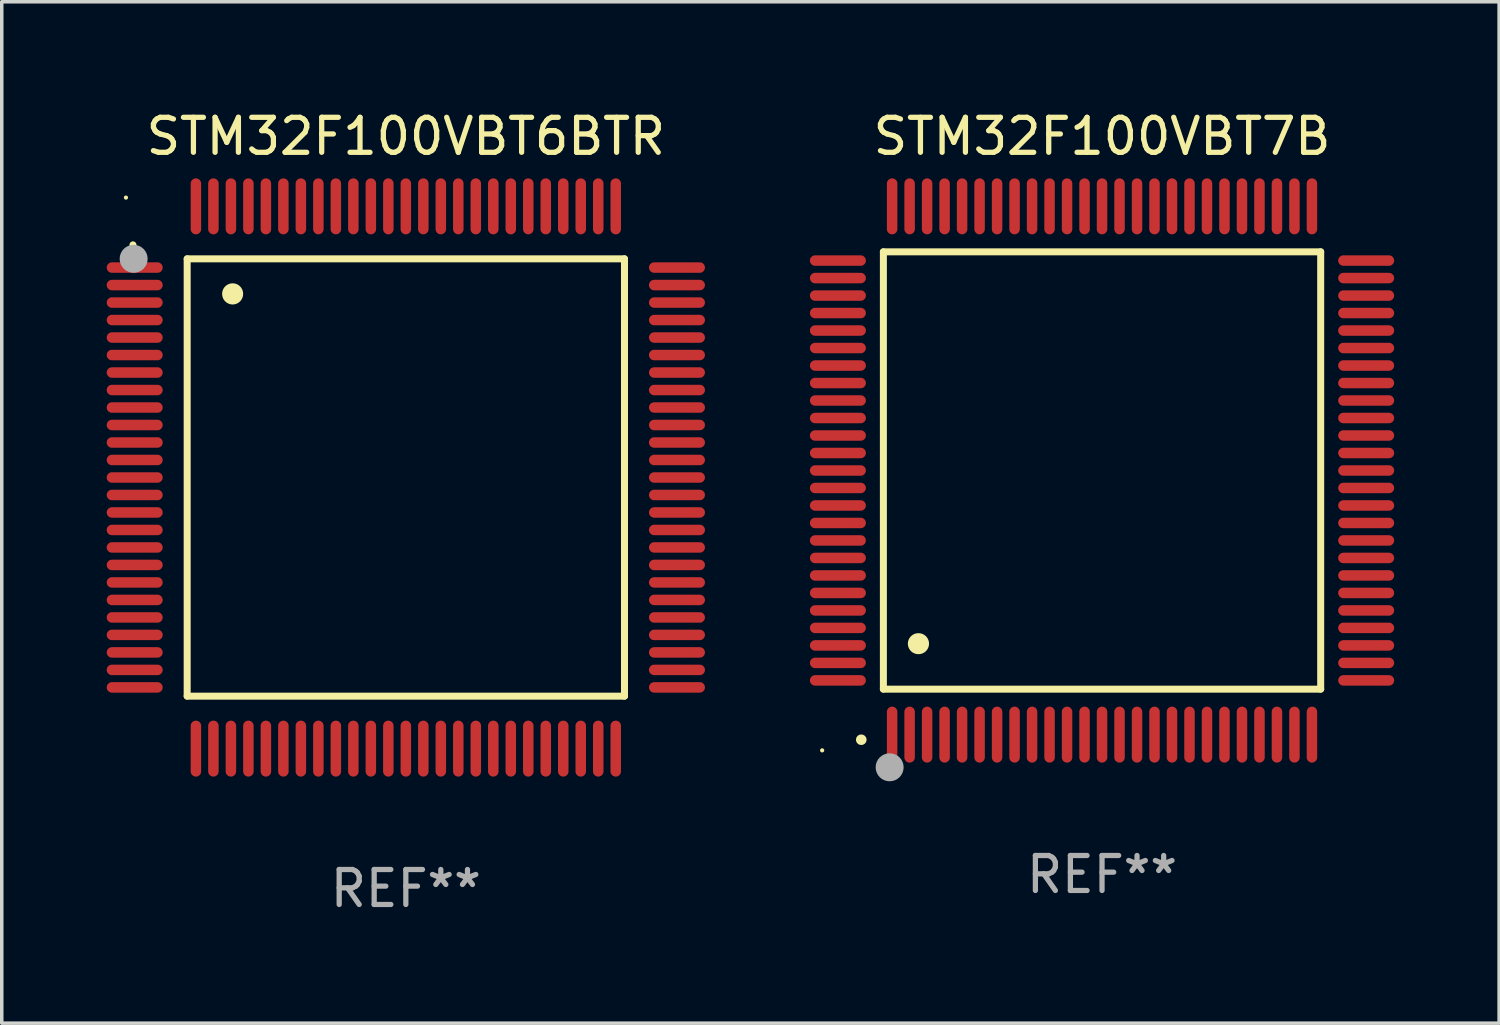
<source format=kicad_pcb>
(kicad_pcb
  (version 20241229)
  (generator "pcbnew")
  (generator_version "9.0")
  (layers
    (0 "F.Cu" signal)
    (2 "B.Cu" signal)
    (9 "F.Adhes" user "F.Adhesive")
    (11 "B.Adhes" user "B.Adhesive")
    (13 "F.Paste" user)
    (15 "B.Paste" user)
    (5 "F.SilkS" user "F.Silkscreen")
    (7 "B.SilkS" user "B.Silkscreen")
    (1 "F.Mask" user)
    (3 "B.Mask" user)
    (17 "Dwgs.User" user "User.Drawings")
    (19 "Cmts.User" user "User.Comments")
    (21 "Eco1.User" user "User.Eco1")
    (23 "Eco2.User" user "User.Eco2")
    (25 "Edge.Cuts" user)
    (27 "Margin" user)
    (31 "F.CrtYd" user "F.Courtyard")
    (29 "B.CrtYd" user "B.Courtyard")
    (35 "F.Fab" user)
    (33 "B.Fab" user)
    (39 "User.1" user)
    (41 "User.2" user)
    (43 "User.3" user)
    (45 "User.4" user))
  (footprint "STM32F100VBT7B"
    (layer "F.Cu")
    (at 28.45 10.398)
    (property "Reference" "STM32F100VBT7B" (at 0 -9.55 0) (layer "F.SilkS") (effects (font (size 1 1) (thickness 0.15))))
    (attr through_hole)
    (fp_line (start -6.25 -6.25) (end -6.25 6.25) (stroke (width 0.2) (type solid)) (layer "F.SilkS"))
    (fp_line (start -6.25 6.25) (end 6.25 6.25) (stroke (width 0.2) (type solid)) (layer "F.SilkS"))
    (fp_line (start 6.25 -6.25) (end -6.25 -6.25) (stroke (width 0.2) (type solid)) (layer "F.SilkS"))
    (fp_line (start 6.25 6.25) (end 6.25 -6.25) (stroke (width 0.2) (type solid)) (layer "F.SilkS"))
    (fp_arc (start -6.883414 7.696215) (mid -6.882144 7.69621) (end -6.880874 7.696215) (stroke (width 0.3) (type solid)) (layer "F.SilkS"))
    (fp_arc (start -5.250191 4.95047) (mid -5.247651 4.950459) (end -5.245111 4.95047) (stroke (width 0.6) (type solid)) (layer "F.SilkS"))
    (fp_circle (center -8 8) (end -7.97 8) (stroke (width 0.06) (type solid)) (fill no) (layer "F.SilkS"))
    (fp_circle (center -6.071 8.484) (end -5.871 8.484) (stroke (width 0.4) (type solid)) (fill no) (layer "F.Fab"))
    (fp_text user "REF**" (at 0 11.55 0) (layer "F.Fab") (effects (font (size 1 1) (thickness 0.15))))
    (pad "1" smd oval (at -6 7.55) (size 0.3 1.6) (layers "F.Cu" "F.Mask" "F.Paste"))
    (pad "2" smd oval (at -5.5 7.55) (size 0.3 1.6) (layers "F.Cu" "F.Mask" "F.Paste"))
    (pad "3" smd oval (at -5 7.55) (size 0.3 1.6) (layers "F.Cu" "F.Mask" "F.Paste"))
    (pad "4" smd oval (at -4.5 7.55) (size 0.3 1.6) (layers "F.Cu" "F.Mask" "F.Paste"))
    (pad "5" smd oval (at -4 7.55) (size 0.3 1.6) (layers "F.Cu" "F.Mask" "F.Paste"))
    (pad "6" smd oval (at -3.5 7.55) (size 0.3 1.6) (layers "F.Cu" "F.Mask" "F.Paste"))
    (pad "7" smd oval (at -3 7.55) (size 0.3 1.6) (layers "F.Cu" "F.Mask" "F.Paste"))
    (pad "8" smd oval (at -2.5 7.55) (size 0.3 1.6) (layers "F.Cu" "F.Mask" "F.Paste"))
    (pad "9" smd oval (at -2 7.55) (size 0.3 1.6) (layers "F.Cu" "F.Mask" "F.Paste"))
    (pad "10" smd oval (at -1.5 7.55) (size 0.3 1.6) (layers "F.Cu" "F.Mask" "F.Paste"))
    (pad "11" smd oval (at -1 7.55) (size 0.3 1.6) (layers "F.Cu" "F.Mask" "F.Paste"))
    (pad "12" smd oval (at -0.5 7.55) (size 0.3 1.6) (layers "F.Cu" "F.Mask" "F.Paste"))
    (pad "13" smd oval (at 0 7.55) (size 0.3 1.6) (layers "F.Cu" "F.Mask" "F.Paste"))
    (pad "14" smd oval (at 0.5 7.55) (size 0.3 1.6) (layers "F.Cu" "F.Mask" "F.Paste"))
    (pad "15" smd oval (at 1 7.55) (size 0.3 1.6) (layers "F.Cu" "F.Mask" "F.Paste"))
    (pad "16" smd oval (at 1.5 7.55) (size 0.3 1.6) (layers "F.Cu" "F.Mask" "F.Paste"))
    (pad "17" smd oval (at 2 7.55) (size 0.3 1.6) (layers "F.Cu" "F.Mask" "F.Paste"))
    (pad "18" smd oval (at 2.5 7.55) (size 0.3 1.6) (layers "F.Cu" "F.Mask" "F.Paste"))
    (pad "19" smd oval (at 3 7.55) (size 0.3 1.6) (layers "F.Cu" "F.Mask" "F.Paste"))
    (pad "20" smd oval (at 3.5 7.55) (size 0.3 1.6) (layers "F.Cu" "F.Mask" "F.Paste"))
    (pad "21" smd oval (at 4 7.55) (size 0.3 1.6) (layers "F.Cu" "F.Mask" "F.Paste"))
    (pad "22" smd oval (at 4.5 7.55) (size 0.3 1.6) (layers "F.Cu" "F.Mask" "F.Paste"))
    (pad "23" smd oval (at 5 7.55) (size 0.3 1.6) (layers "F.Cu" "F.Mask" "F.Paste"))
    (pad "24" smd oval (at 5.5 7.55) (size 0.3 1.6) (layers "F.Cu" "F.Mask" "F.Paste"))
    (pad "25" smd oval (at 6 7.55) (size 0.3 1.6) (layers "F.Cu" "F.Mask" "F.Paste"))
    (pad "26" smd oval (at 7.55 6) (size 1.6 0.3) (layers "F.Cu" "F.Mask" "F.Paste"))
    (pad "27" smd oval (at 7.55 5.5) (size 1.6 0.3) (layers "F.Cu" "F.Mask" "F.Paste"))
    (pad "28" smd oval (at 7.55 5) (size 1.6 0.3) (layers "F.Cu" "F.Mask" "F.Paste"))
    (pad "29" smd oval (at 7.55 4.5) (size 1.6 0.3) (layers "F.Cu" "F.Mask" "F.Paste"))
    (pad "30" smd oval (at 7.55 4) (size 1.6 0.3) (layers "F.Cu" "F.Mask" "F.Paste"))
    (pad "31" smd oval (at 7.55 3.5) (size 1.6 0.3) (layers "F.Cu" "F.Mask" "F.Paste"))
    (pad "32" smd oval (at 7.55 3) (size 1.6 0.3) (layers "F.Cu" "F.Mask" "F.Paste"))
    (pad "33" smd oval (at 7.55 2.5) (size 1.6 0.3) (layers "F.Cu" "F.Mask" "F.Paste"))
    (pad "34" smd oval (at 7.55 2) (size 1.6 0.3) (layers "F.Cu" "F.Mask" "F.Paste"))
    (pad "35" smd oval (at 7.55 1.5) (size 1.6 0.3) (layers "F.Cu" "F.Mask" "F.Paste"))
    (pad "36" smd oval (at 7.55 1) (size 1.6 0.3) (layers "F.Cu" "F.Mask" "F.Paste"))
    (pad "37" smd oval (at 7.55 0.5) (size 1.6 0.3) (layers "F.Cu" "F.Mask" "F.Paste"))
    (pad "38" smd oval (at 7.55 0) (size 1.6 0.3) (layers "F.Cu" "F.Mask" "F.Paste"))
    (pad "39" smd oval (at 7.55 -0.5) (size 1.6 0.3) (layers "F.Cu" "F.Mask" "F.Paste"))
    (pad "40" smd oval (at 7.55 -1) (size 1.6 0.3) (layers "F.Cu" "F.Mask" "F.Paste"))
    (pad "41" smd oval (at 7.55 -1.5) (size 1.6 0.3) (layers "F.Cu" "F.Mask" "F.Paste"))
    (pad "42" smd oval (at 7.55 -2) (size 1.6 0.3) (layers "F.Cu" "F.Mask" "F.Paste"))
    (pad "43" smd oval (at 7.55 -2.5) (size 1.6 0.3) (layers "F.Cu" "F.Mask" "F.Paste"))
    (pad "44" smd oval (at 7.55 -3) (size 1.6 0.3) (layers "F.Cu" "F.Mask" "F.Paste"))
    (pad "45" smd oval (at 7.55 -3.5) (size 1.6 0.3) (layers "F.Cu" "F.Mask" "F.Paste"))
    (pad "46" smd oval (at 7.55 -4) (size 1.6 0.3) (layers "F.Cu" "F.Mask" "F.Paste"))
    (pad "47" smd oval (at 7.55 -4.5) (size 1.6 0.3) (layers "F.Cu" "F.Mask" "F.Paste"))
    (pad "48" smd oval (at 7.55 -5) (size 1.6 0.3) (layers "F.Cu" "F.Mask" "F.Paste"))
    (pad "49" smd oval (at 7.55 -5.5) (size 1.6 0.3) (layers "F.Cu" "F.Mask" "F.Paste"))
    (pad "50" smd oval (at 7.55 -6) (size 1.6 0.3) (layers "F.Cu" "F.Mask" "F.Paste"))
    (pad "51" smd oval (at 6 -7.55) (size 0.3 1.6) (layers "F.Cu" "F.Mask" "F.Paste"))
    (pad "52" smd oval (at 5.5 -7.55) (size 0.3 1.6) (layers "F.Cu" "F.Mask" "F.Paste"))
    (pad "53" smd oval (at 5 -7.55) (size 0.3 1.6) (layers "F.Cu" "F.Mask" "F.Paste"))
    (pad "54" smd oval (at 4.5 -7.55) (size 0.3 1.6) (layers "F.Cu" "F.Mask" "F.Paste"))
    (pad "55" smd oval (at 4 -7.55) (size 0.3 1.6) (layers "F.Cu" "F.Mask" "F.Paste"))
    (pad "56" smd oval (at 3.5 -7.55) (size 0.3 1.6) (layers "F.Cu" "F.Mask" "F.Paste"))
    (pad "57" smd oval (at 3 -7.55) (size 0.3 1.6) (layers "F.Cu" "F.Mask" "F.Paste"))
    (pad "58" smd oval (at 2.5 -7.55) (size 0.3 1.6) (layers "F.Cu" "F.Mask" "F.Paste"))
    (pad "59" smd oval (at 2 -7.55) (size 0.3 1.6) (layers "F.Cu" "F.Mask" "F.Paste"))
    (pad "60" smd oval (at 1.5 -7.55) (size 0.3 1.6) (layers "F.Cu" "F.Mask" "F.Paste"))
    (pad "61" smd oval (at 1 -7.55) (size 0.3 1.6) (layers "F.Cu" "F.Mask" "F.Paste"))
    (pad "62" smd oval (at 0.5 -7.55) (size 0.3 1.6) (layers "F.Cu" "F.Mask" "F.Paste"))
    (pad "63" smd oval (at 0 -7.55) (size 0.3 1.6) (layers "F.Cu" "F.Mask" "F.Paste"))
    (pad "64" smd oval (at -0.5 -7.55) (size 0.3 1.6) (layers "F.Cu" "F.Mask" "F.Paste"))
    (pad "65" smd oval (at -1 -7.55) (size 0.3 1.6) (layers "F.Cu" "F.Mask" "F.Paste"))
    (pad "66" smd oval (at -1.5 -7.55) (size 0.3 1.6) (layers "F.Cu" "F.Mask" "F.Paste"))
    (pad "67" smd oval (at -2 -7.55) (size 0.3 1.6) (layers "F.Cu" "F.Mask" "F.Paste"))
    (pad "68" smd oval (at -2.5 -7.55) (size 0.3 1.6) (layers "F.Cu" "F.Mask" "F.Paste"))
    (pad "69" smd oval (at -3 -7.55) (size 0.3 1.6) (layers "F.Cu" "F.Mask" "F.Paste"))
    (pad "70" smd oval (at -3.5 -7.55) (size 0.3 1.6) (layers "F.Cu" "F.Mask" "F.Paste"))
    (pad "71" smd oval (at -4 -7.55) (size 0.3 1.6) (layers "F.Cu" "F.Mask" "F.Paste"))
    (pad "72" smd oval (at -4.5 -7.55) (size 0.3 1.6) (layers "F.Cu" "F.Mask" "F.Paste"))
    (pad "73" smd oval (at -5 -7.55) (size 0.3 1.6) (layers "F.Cu" "F.Mask" "F.Paste"))
    (pad "74" smd oval (at -5.5 -7.55) (size 0.3 1.6) (layers "F.Cu" "F.Mask" "F.Paste"))
    (pad "75" smd oval (at -6 -7.55) (size 0.3 1.6) (layers "F.Cu" "F.Mask" "F.Paste"))
    (pad "76" smd oval (at -7.55 -6) (size 1.6 0.3) (layers "F.Cu" "F.Mask" "F.Paste"))
    (pad "77" smd oval (at -7.55 -5.5) (size 1.6 0.3) (layers "F.Cu" "F.Mask" "F.Paste"))
    (pad "78" smd oval (at -7.55 -5) (size 1.6 0.3) (layers "F.Cu" "F.Mask" "F.Paste"))
    (pad "79" smd oval (at -7.55 -4.5) (size 1.6 0.3) (layers "F.Cu" "F.Mask" "F.Paste"))
    (pad "80" smd oval (at -7.55 -4) (size 1.6 0.3) (layers "F.Cu" "F.Mask" "F.Paste"))
    (pad "81" smd oval (at -7.55 -3.5) (size 1.6 0.3) (layers "F.Cu" "F.Mask" "F.Paste"))
    (pad "82" smd oval (at -7.55 -3) (size 1.6 0.3) (layers "F.Cu" "F.Mask" "F.Paste"))
    (pad "83" smd oval (at -7.55 -2.5) (size 1.6 0.3) (layers "F.Cu" "F.Mask" "F.Paste"))
    (pad "84" smd oval (at -7.55 -2) (size 1.6 0.3) (layers "F.Cu" "F.Mask" "F.Paste"))
    (pad "85" smd oval (at -7.55 -1.5) (size 1.6 0.3) (layers "F.Cu" "F.Mask" "F.Paste"))
    (pad "86" smd oval (at -7.55 -1) (size 1.6 0.3) (layers "F.Cu" "F.Mask" "F.Paste"))
    (pad "87" smd oval (at -7.55 -0.5) (size 1.6 0.3) (layers "F.Cu" "F.Mask" "F.Paste"))
    (pad "88" smd oval (at -7.55 0) (size 1.6 0.3) (layers "F.Cu" "F.Mask" "F.Paste"))
    (pad "89" smd oval (at -7.55 0.5) (size 1.6 0.3) (layers "F.Cu" "F.Mask" "F.Paste"))
    (pad "90" smd oval (at -7.55 1) (size 1.6 0.3) (layers "F.Cu" "F.Mask" "F.Paste"))
    (pad "91" smd oval (at -7.55 1.5) (size 1.6 0.3) (layers "F.Cu" "F.Mask" "F.Paste"))
    (pad "92" smd oval (at -7.55 2) (size 1.6 0.3) (layers "F.Cu" "F.Mask" "F.Paste"))
    (pad "93" smd oval (at -7.55 2.5) (size 1.6 0.3) (layers "F.Cu" "F.Mask" "F.Paste"))
    (pad "94" smd oval (at -7.55 3) (size 1.6 0.3) (layers "F.Cu" "F.Mask" "F.Paste"))
    (pad "95" smd oval (at -7.55 3.5) (size 1.6 0.3) (layers "F.Cu" "F.Mask" "F.Paste"))
    (pad "96" smd oval (at -7.55 4) (size 1.6 0.3) (layers "F.Cu" "F.Mask" "F.Paste"))
    (pad "97" smd oval (at -7.55 4.5) (size 1.6 0.3) (layers "F.Cu" "F.Mask" "F.Paste"))
    (pad "98" smd oval (at -7.55 5) (size 1.6 0.3) (layers "F.Cu" "F.Mask" "F.Paste"))
    (pad "99" smd oval (at -7.55 5.5) (size 1.6 0.3) (layers "F.Cu" "F.Mask" "F.Paste"))
    (pad "100" smd oval (at -7.55 6) (size 1.6 0.3) (layers "F.Cu" "F.Mask" "F.Paste")))
  (footprint "STM32F100VBT6BTR"
    (layer "F.Cu")
    (at 8.55 10.598)
    (property "Reference" "STM32F100VBT6BTR" (at 0 -9.75 0) (layer "F.SilkS") (effects (font (size 1 1) (thickness 0.15))))
    (attr through_hole)
    (fp_line (start -6.25 -6.25) (end -6.25 6.25) (stroke (width 0.2) (type solid)) (layer "F.SilkS"))
    (fp_line (start -6.25 6.25) (end 6.25 6.25) (stroke (width 0.2) (type solid)) (layer "F.SilkS"))
    (fp_line (start 6.25 -6.25) (end -6.25 -6.25) (stroke (width 0.2) (type solid)) (layer "F.SilkS"))
    (fp_line (start 6.25 6.25) (end 6.25 -6.25) (stroke (width 0.2) (type solid)) (layer "F.SilkS"))
    (fp_arc (start -7.799568 -6.647625) (mid -7.799571 -6.648463) (end -7.799568 -6.649301) (stroke (width 0.2) (type solid)) (layer "F.SilkS"))
    (fp_arc (start -4.95047 -5.245111) (mid -4.950481 -5.247651) (end -4.95047 -5.250191) (stroke (width 0.6) (type solid)) (layer "F.SilkS"))
    (fp_circle (center -8 -8) (end -7.97 -8) (stroke (width 0.06) (type solid)) (fill no) (layer "F.SilkS"))
    (fp_circle (center -7.78 -6.25) (end -7.58 -6.25) (stroke (width 0.4) (type solid)) (fill no) (layer "F.Fab"))
    (fp_text user "REF**" (at 0 11.75 0) (layer "F.Fab") (effects (font (size 1 1) (thickness 0.15))))
    (pad "1" smd oval (at -7.75 -6 90) (size 0.3 1.6) (layers "F.Cu" "F.Mask" "F.Paste"))
    (pad "2" smd oval (at -7.75 -5.5 90) (size 0.3 1.6) (layers "F.Cu" "F.Mask" "F.Paste"))
    (pad "3" smd oval (at -7.75 -5 90) (size 0.3 1.6) (layers "F.Cu" "F.Mask" "F.Paste"))
    (pad "4" smd oval (at -7.75 -4.5 90) (size 0.3 1.6) (layers "F.Cu" "F.Mask" "F.Paste"))
    (pad "5" smd oval (at -7.75 -4 90) (size 0.3 1.6) (layers "F.Cu" "F.Mask" "F.Paste"))
    (pad "6" smd oval (at -7.75 -3.5 90) (size 0.3 1.6) (layers "F.Cu" "F.Mask" "F.Paste"))
    (pad "7" smd oval (at -7.75 -3 90) (size 0.3 1.6) (layers "F.Cu" "F.Mask" "F.Paste"))
    (pad "8" smd oval (at -7.75 -2.5 90) (size 0.3 1.6) (layers "F.Cu" "F.Mask" "F.Paste"))
    (pad "9" smd oval (at -7.75 -2 90) (size 0.3 1.6) (layers "F.Cu" "F.Mask" "F.Paste"))
    (pad "10" smd oval (at -7.75 -1.5 90) (size 0.3 1.6) (layers "F.Cu" "F.Mask" "F.Paste"))
    (pad "11" smd oval (at -7.75 -1 90) (size 0.3 1.6) (layers "F.Cu" "F.Mask" "F.Paste"))
    (pad "12" smd oval (at -7.75 -0.5 90) (size 0.3 1.6) (layers "F.Cu" "F.Mask" "F.Paste"))
    (pad "13" smd oval (at -7.75 0 90) (size 0.3 1.6) (layers "F.Cu" "F.Mask" "F.Paste"))
    (pad "14" smd oval (at -7.75 0.5 90) (size 0.3 1.6) (layers "F.Cu" "F.Mask" "F.Paste"))
    (pad "15" smd oval (at -7.75 1 90) (size 0.3 1.6) (layers "F.Cu" "F.Mask" "F.Paste"))
    (pad "16" smd oval (at -7.75 1.5 90) (size 0.3 1.6) (layers "F.Cu" "F.Mask" "F.Paste"))
    (pad "17" smd oval (at -7.75 2 90) (size 0.3 1.6) (layers "F.Cu" "F.Mask" "F.Paste"))
    (pad "18" smd oval (at -7.75 2.5 90) (size 0.3 1.6) (layers "F.Cu" "F.Mask" "F.Paste"))
    (pad "19" smd oval (at -7.75 3 90) (size 0.3 1.6) (layers "F.Cu" "F.Mask" "F.Paste"))
    (pad "20" smd oval (at -7.75 3.5 90) (size 0.3 1.6) (layers "F.Cu" "F.Mask" "F.Paste"))
    (pad "21" smd oval (at -7.75 4 90) (size 0.3 1.6) (layers "F.Cu" "F.Mask" "F.Paste"))
    (pad "22" smd oval (at -7.75 4.5 90) (size 0.3 1.6) (layers "F.Cu" "F.Mask" "F.Paste"))
    (pad "23" smd oval (at -7.75 5 90) (size 0.3 1.6) (layers "F.Cu" "F.Mask" "F.Paste"))
    (pad "24" smd oval (at -7.75 5.5 90) (size 0.3 1.6) (layers "F.Cu" "F.Mask" "F.Paste"))
    (pad "25" smd oval (at -7.75 6 90) (size 0.3 1.6) (layers "F.Cu" "F.Mask" "F.Paste"))
    (pad "26" smd oval (at -6 7.75) (size 0.3 1.6) (layers "F.Cu" "F.Mask" "F.Paste"))
    (pad "27" smd oval (at -5.5 7.75) (size 0.3 1.6) (layers "F.Cu" "F.Mask" "F.Paste"))
    (pad "28" smd oval (at -5 7.75) (size 0.3 1.6) (layers "F.Cu" "F.Mask" "F.Paste"))
    (pad "29" smd oval (at -4.5 7.75) (size 0.3 1.6) (layers "F.Cu" "F.Mask" "F.Paste"))
    (pad "30" smd oval (at -4 7.75) (size 0.3 1.6) (layers "F.Cu" "F.Mask" "F.Paste"))
    (pad "31" smd oval (at -3.5 7.75) (size 0.3 1.6) (layers "F.Cu" "F.Mask" "F.Paste"))
    (pad "32" smd oval (at -3 7.75) (size 0.3 1.6) (layers "F.Cu" "F.Mask" "F.Paste"))
    (pad "33" smd oval (at -2.5 7.75) (size 0.3 1.6) (layers "F.Cu" "F.Mask" "F.Paste"))
    (pad "34" smd oval (at -2 7.75) (size 0.3 1.6) (layers "F.Cu" "F.Mask" "F.Paste"))
    (pad "35" smd oval (at -1.5 7.75) (size 0.3 1.6) (layers "F.Cu" "F.Mask" "F.Paste"))
    (pad "36" smd oval (at -1 7.75) (size 0.3 1.6) (layers "F.Cu" "F.Mask" "F.Paste"))
    (pad "37" smd oval (at -0.5 7.75) (size 0.3 1.6) (layers "F.Cu" "F.Mask" "F.Paste"))
    (pad "38" smd oval (at 0 7.75) (size 0.3 1.6) (layers "F.Cu" "F.Mask" "F.Paste"))
    (pad "39" smd oval (at 0.5 7.75) (size 0.3 1.6) (layers "F.Cu" "F.Mask" "F.Paste"))
    (pad "40" smd oval (at 1 7.75) (size 0.3 1.6) (layers "F.Cu" "F.Mask" "F.Paste"))
    (pad "41" smd oval (at 1.5 7.75) (size 0.3 1.6) (layers "F.Cu" "F.Mask" "F.Paste"))
    (pad "42" smd oval (at 2 7.75) (size 0.3 1.6) (layers "F.Cu" "F.Mask" "F.Paste"))
    (pad "43" smd oval (at 2.5 7.75) (size 0.3 1.6) (layers "F.Cu" "F.Mask" "F.Paste"))
    (pad "44" smd oval (at 3 7.75) (size 0.3 1.6) (layers "F.Cu" "F.Mask" "F.Paste"))
    (pad "45" smd oval (at 3.5 7.75) (size 0.3 1.6) (layers "F.Cu" "F.Mask" "F.Paste"))
    (pad "46" smd oval (at 4 7.75) (size 0.3 1.6) (layers "F.Cu" "F.Mask" "F.Paste"))
    (pad "47" smd oval (at 4.5 7.75) (size 0.3 1.6) (layers "F.Cu" "F.Mask" "F.Paste"))
    (pad "48" smd oval (at 5 7.75) (size 0.3 1.6) (layers "F.Cu" "F.Mask" "F.Paste"))
    (pad "49" smd oval (at 5.5 7.75) (size 0.3 1.6) (layers "F.Cu" "F.Mask" "F.Paste"))
    (pad "50" smd oval (at 6 7.75) (size 0.3 1.6) (layers "F.Cu" "F.Mask" "F.Paste"))
    (pad "51" smd oval (at 7.75 6 90) (size 0.3 1.6) (layers "F.Cu" "F.Mask" "F.Paste"))
    (pad "52" smd oval (at 7.75 5.5 90) (size 0.3 1.6) (layers "F.Cu" "F.Mask" "F.Paste"))
    (pad "53" smd oval (at 7.75 5 90) (size 0.3 1.6) (layers "F.Cu" "F.Mask" "F.Paste"))
    (pad "54" smd oval (at 7.75 4.5 90) (size 0.3 1.6) (layers "F.Cu" "F.Mask" "F.Paste"))
    (pad "55" smd oval (at 7.75 4 90) (size 0.3 1.6) (layers "F.Cu" "F.Mask" "F.Paste"))
    (pad "56" smd oval (at 7.75 3.5 90) (size 0.3 1.6) (layers "F.Cu" "F.Mask" "F.Paste"))
    (pad "57" smd oval (at 7.75 3 90) (size 0.3 1.6) (layers "F.Cu" "F.Mask" "F.Paste"))
    (pad "58" smd oval (at 7.75 2.5 90) (size 0.3 1.6) (layers "F.Cu" "F.Mask" "F.Paste"))
    (pad "59" smd oval (at 7.75 2 90) (size 0.3 1.6) (layers "F.Cu" "F.Mask" "F.Paste"))
    (pad "60" smd oval (at 7.75 1.5 90) (size 0.3 1.6) (layers "F.Cu" "F.Mask" "F.Paste"))
    (pad "61" smd oval (at 7.75 1 90) (size 0.3 1.6) (layers "F.Cu" "F.Mask" "F.Paste"))
    (pad "62" smd oval (at 7.75 0.5 90) (size 0.3 1.6) (layers "F.Cu" "F.Mask" "F.Paste"))
    (pad "63" smd oval (at 7.75 0 90) (size 0.3 1.6) (layers "F.Cu" "F.Mask" "F.Paste"))
    (pad "64" smd oval (at 7.75 -0.5 90) (size 0.3 1.6) (layers "F.Cu" "F.Mask" "F.Paste"))
    (pad "65" smd oval (at 7.75 -1 90) (size 0.3 1.6) (layers "F.Cu" "F.Mask" "F.Paste"))
    (pad "66" smd oval (at 7.75 -1.5 90) (size 0.3 1.6) (layers "F.Cu" "F.Mask" "F.Paste"))
    (pad "67" smd oval (at 7.75 -2 90) (size 0.3 1.6) (layers "F.Cu" "F.Mask" "F.Paste"))
    (pad "68" smd oval (at 7.75 -2.5 90) (size 0.3 1.6) (layers "F.Cu" "F.Mask" "F.Paste"))
    (pad "69" smd oval (at 7.75 -3 90) (size 0.3 1.6) (layers "F.Cu" "F.Mask" "F.Paste"))
    (pad "70" smd oval (at 7.75 -3.5 90) (size 0.3 1.6) (layers "F.Cu" "F.Mask" "F.Paste"))
    (pad "71" smd oval (at 7.75 -4 90) (size 0.3 1.6) (layers "F.Cu" "F.Mask" "F.Paste"))
    (pad "72" smd oval (at 7.75 -4.5 90) (size 0.3 1.6) (layers "F.Cu" "F.Mask" "F.Paste"))
    (pad "73" smd oval (at 7.75 -5 90) (size 0.3 1.6) (layers "F.Cu" "F.Mask" "F.Paste"))
    (pad "74" smd oval (at 7.75 -5.5 90) (size 0.3 1.6) (layers "F.Cu" "F.Mask" "F.Paste"))
    (pad "75" smd oval (at 7.75 -6 90) (size 0.3 1.6) (layers "F.Cu" "F.Mask" "F.Paste"))
    (pad "76" smd oval (at 6 -7.75) (size 0.3 1.6) (layers "F.Cu" "F.Mask" "F.Paste"))
    (pad "77" smd oval (at 5.5 -7.75) (size 0.3 1.6) (layers "F.Cu" "F.Mask" "F.Paste"))
    (pad "78" smd oval (at 5 -7.75) (size 0.3 1.6) (layers "F.Cu" "F.Mask" "F.Paste"))
    (pad "79" smd oval (at 4.5 -7.75) (size 0.3 1.6) (layers "F.Cu" "F.Mask" "F.Paste"))
    (pad "80" smd oval (at 4 -7.75) (size 0.3 1.6) (layers "F.Cu" "F.Mask" "F.Paste"))
    (pad "81" smd oval (at 3.5 -7.75) (size 0.3 1.6) (layers "F.Cu" "F.Mask" "F.Paste"))
    (pad "82" smd oval (at 3 -7.75) (size 0.3 1.6) (layers "F.Cu" "F.Mask" "F.Paste"))
    (pad "83" smd oval (at 2.5 -7.75) (size 0.3 1.6) (layers "F.Cu" "F.Mask" "F.Paste"))
    (pad "84" smd oval (at 2 -7.75) (size 0.3 1.6) (layers "F.Cu" "F.Mask" "F.Paste"))
    (pad "85" smd oval (at 1.5 -7.75) (size 0.3 1.6) (layers "F.Cu" "F.Mask" "F.Paste"))
    (pad "86" smd oval (at 1 -7.75) (size 0.3 1.6) (layers "F.Cu" "F.Mask" "F.Paste"))
    (pad "87" smd oval (at 0.5 -7.75) (size 0.3 1.6) (layers "F.Cu" "F.Mask" "F.Paste"))
    (pad "88" smd oval (at 0 -7.75) (size 0.3 1.6) (layers "F.Cu" "F.Mask" "F.Paste"))
    (pad "89" smd oval (at -0.5 -7.75) (size 0.3 1.6) (layers "F.Cu" "F.Mask" "F.Paste"))
    (pad "90" smd oval (at -1 -7.75) (size 0.3 1.6) (layers "F.Cu" "F.Mask" "F.Paste"))
    (pad "91" smd oval (at -1.5 -7.75) (size 0.3 1.6) (layers "F.Cu" "F.Mask" "F.Paste"))
    (pad "92" smd oval (at -2 -7.75) (size 0.3 1.6) (layers "F.Cu" "F.Mask" "F.Paste"))
    (pad "93" smd oval (at -2.5 -7.75) (size 0.3 1.6) (layers "F.Cu" "F.Mask" "F.Paste"))
    (pad "94" smd oval (at -3 -7.75) (size 0.3 1.6) (layers "F.Cu" "F.Mask" "F.Paste"))
    (pad "95" smd oval (at -3.5 -7.75) (size 0.3 1.6) (layers "F.Cu" "F.Mask" "F.Paste"))
    (pad "96" smd oval (at -4 -7.75) (size 0.3 1.6) (layers "F.Cu" "F.Mask" "F.Paste"))
    (pad "97" smd oval (at -4.5 -7.75) (size 0.3 1.6) (layers "F.Cu" "F.Mask" "F.Paste"))
    (pad "98" smd oval (at -5 -7.75) (size 0.3 1.6) (layers "F.Cu" "F.Mask" "F.Paste"))
    (pad "99" smd oval (at -5.5 -7.75) (size 0.3 1.6) (layers "F.Cu" "F.Mask" "F.Paste"))
    (pad "100" smd oval (at -6 -7.75) (size 0.3 1.6) (layers "F.Cu" "F.Mask" "F.Paste")))
  (gr_rect
    (start -3 -3)
    (end 39.8 26.196)
    (stroke (width 0.1) (type default))
    (fill no)
    (layer "Edge.Cuts")))
</source>
